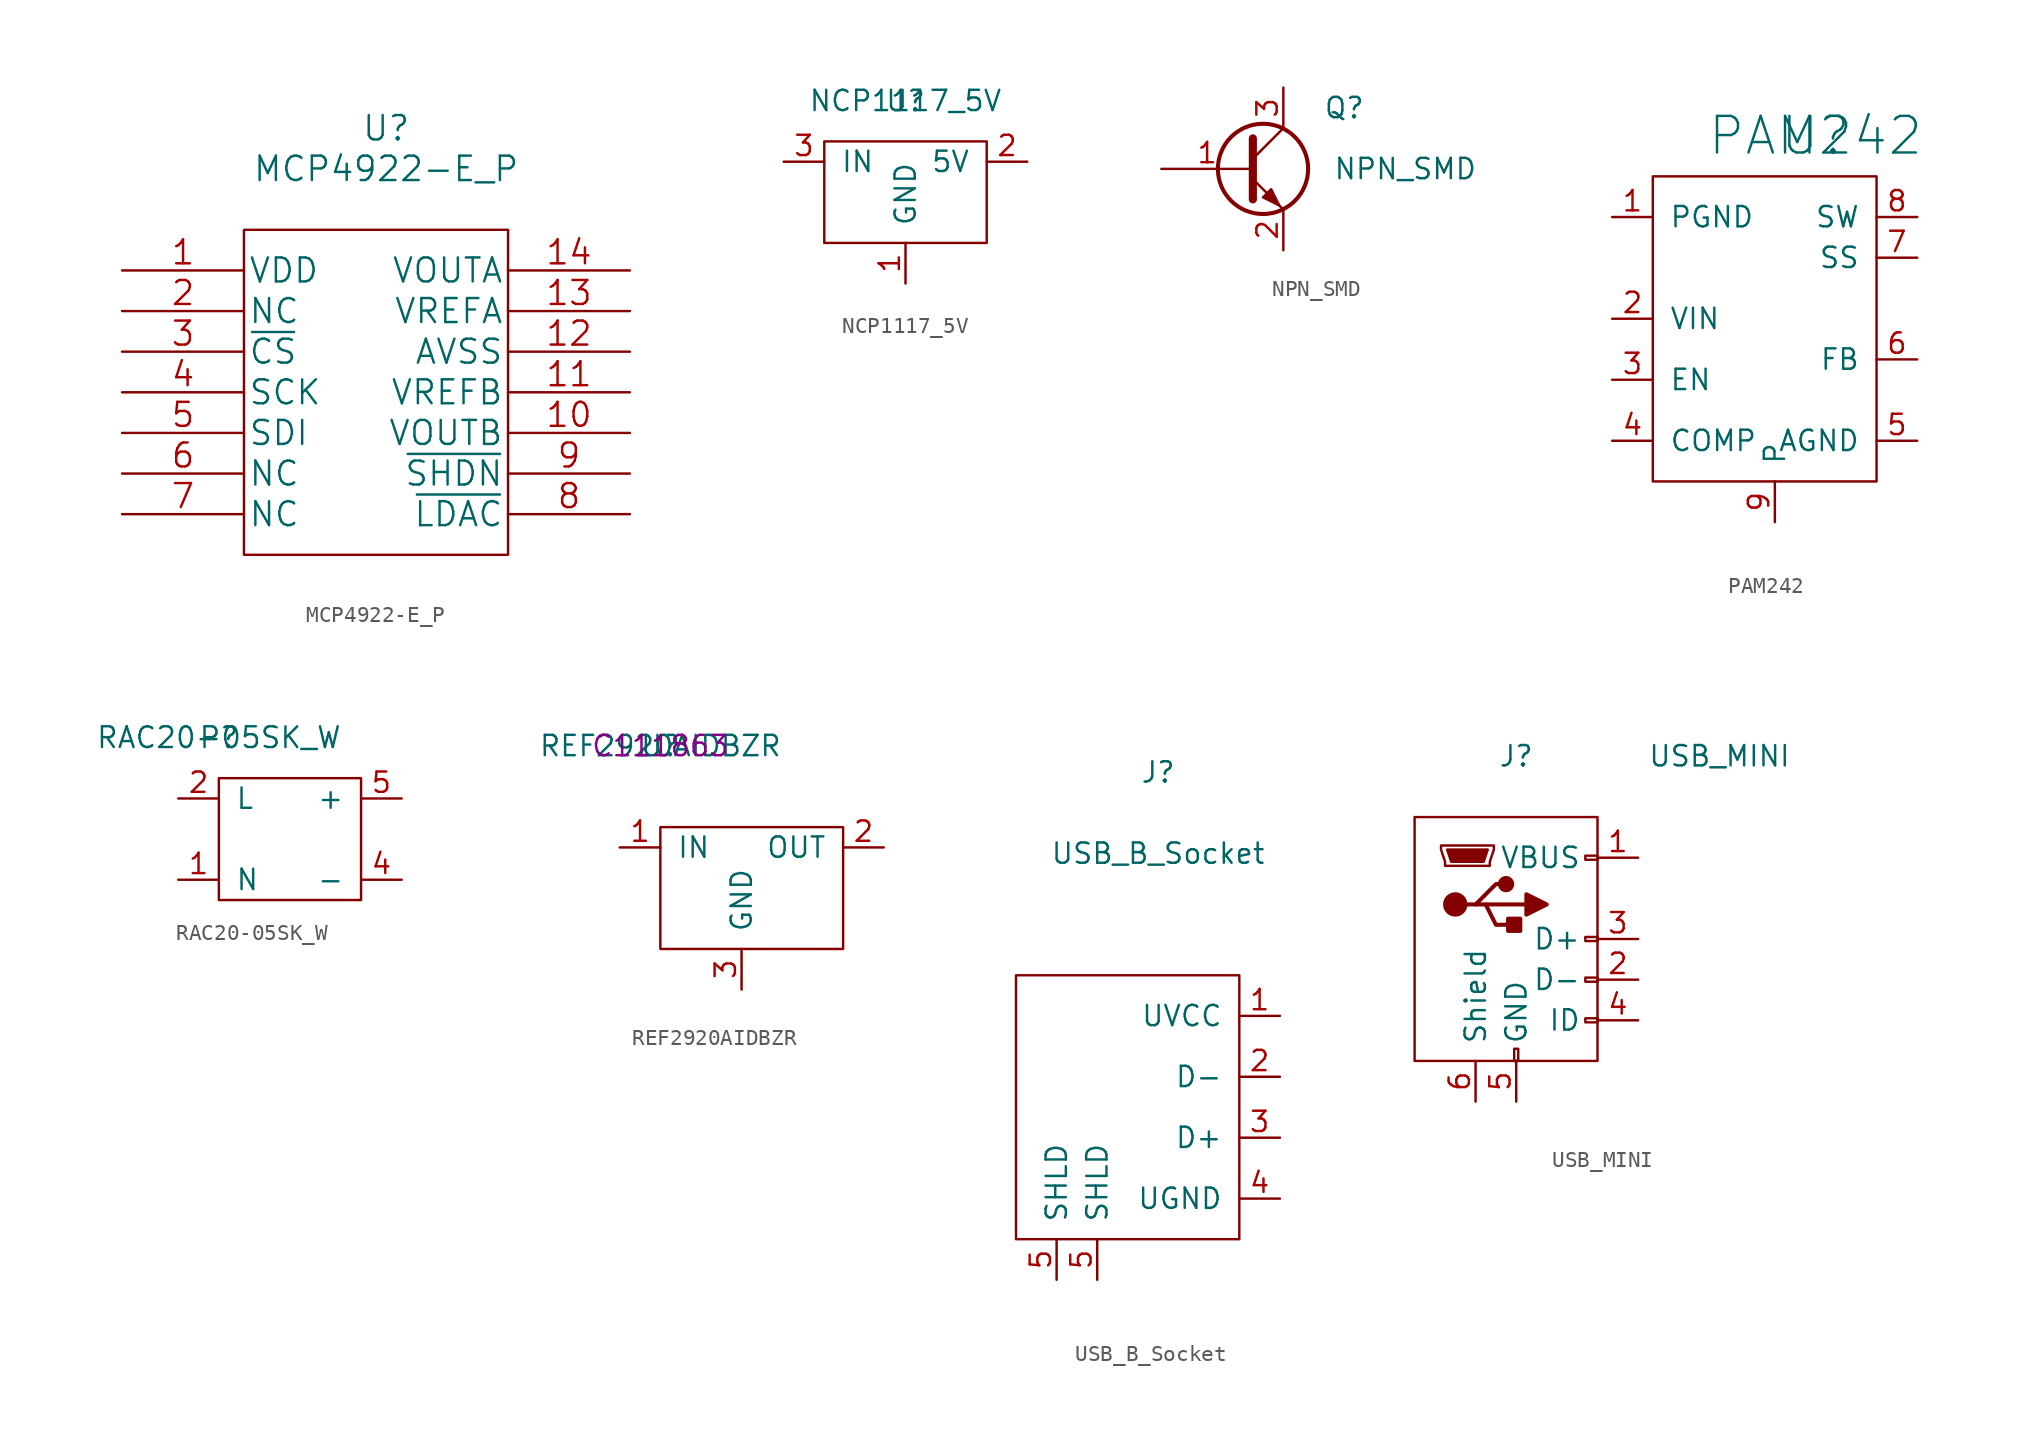
<source format=kicad_sym>
(kicad_symbol_lib
  (version 20211014)
  (generator kicad_symbol_editor)
  (symbol "MCP4922-E_P"
    (pin_names
      (offset 0.254))
    (property "Reference" "U"
      (at 16.51 8.89 0)
      (effects (font (size 1.524 1.524))))
    (property "Value" "MCP4922-E_P"
      (at 16.51 6.35 0)
      (effects (font (size 1.524 1.524))))
    (property "Datasheet" ""
      (at 0 0 0)
      (effects (font (size 1.524 1.524))))
    (symbol "MCP4922-E_P_1_1"
      (rectangle (start 7.62 2.54) (end 24.13 -17.78) (stroke (width 0) (type default) (color 0 0 0 0)) (fill (type none)))
      (pin power_in line (at 0 0 0) (length 7.62) (name "VDD" (effects (font (size 1.499 1.499)))) (number "1" (effects (font (size 1.499 1.499)))))
      (pin power_out line (at 31.75 -10.16 180) (length 7.62) (name "VOUTB" (effects (font (size 1.499 1.499)))) (number "10" (effects (font (size 1.499 1.499)))))
      (pin power_in line (at 31.75 -7.62 180) (length 7.62) (name "VREFB" (effects (font (size 1.499 1.499)))) (number "11" (effects (font (size 1.499 1.499)))))
      (pin power_in line (at 31.75 -5.08 180) (length 7.62) (name "AVSS" (effects (font (size 1.499 1.499)))) (number "12" (effects (font (size 1.499 1.499)))))
      (pin power_in line (at 31.75 -2.54 180) (length 7.62) (name "VREFA" (effects (font (size 1.499 1.499)))) (number "13" (effects (font (size 1.499 1.499)))))
      (pin power_out line (at 31.75 0 180) (length 7.62) (name "VOUTA" (effects (font (size 1.499 1.499)))) (number "14" (effects (font (size 1.499 1.499)))))
      (pin unspecified line (at 0 -2.54 0) (length 7.62) (name "NC" (effects (font (size 1.499 1.499)))) (number "2" (effects (font (size 1.499 1.499)))))
      (pin bidirectional line (at 0 -5.08 0) (length 7.62) (name "~{CS}" (effects (font (size 1.499 1.499)))) (number "3" (effects (font (size 1.499 1.499)))))
      (pin bidirectional line (at 0 -7.62 0) (length 7.62) (name "SCK" (effects (font (size 1.499 1.499)))) (number "4" (effects (font (size 1.499 1.499)))))
      (pin bidirectional line (at 0 -10.16 0) (length 7.62) (name "SDI" (effects (font (size 1.499 1.499)))) (number "5" (effects (font (size 1.499 1.499)))))
      (pin unspecified line (at 0 -12.7 0) (length 7.62) (name "NC" (effects (font (size 1.499 1.499)))) (number "6" (effects (font (size 1.499 1.499)))))
      (pin unspecified line (at 0 -15.24 0) (length 7.62) (name "NC" (effects (font (size 1.499 1.499)))) (number "7" (effects (font (size 1.499 1.499)))))
      (pin passive line (at 31.75 -15.24 180) (length 7.62) (name "~{LDAC}" (effects (font (size 1.499 1.499)))) (number "8" (effects (font (size 1.499 1.499)))))
      (pin power_in line (at 31.75 -12.7 180) (length 7.62) (name "~{SHDN}" (effects (font (size 1.499 1.499)))) (number "9" (effects (font (size 1.499 1.499)))))))
  (symbol "NCP1117_5V"
    (pin_names
      (offset 1.016))
    (property "Reference" "U"
      (at 0 0 0)
      (effects (font (size 1.27 1.27))))
    (property "Value" "NCP1117_5V"
      (at 0 0 0)
      (effects (font (size 1.27 1.27))))
    (symbol "NCP1117_5V_0_1"
      (rectangle (start -5.08 -2.54) (end 5.08 -8.89) (stroke (width 0) (type default) (color 0 0 0 0)) (fill (type none))))
    (symbol "NCP1117_5V_1_1"
      (pin power_in line (at 0 -11.43 90) (length 2.54) (name "GND" (effects (font (size 1.27 1.27)))) (number "1" (effects (font (size 1.27 1.27)))))
      (pin power_out line (at 7.62 -3.81 180) (length 2.54) (name "5V" (effects (font (size 1.27 1.27)))) (number "2" (effects (font (size 1.27 1.27)))))
      (pin power_in line (at -7.62 -3.81 0) (length 2.54) (name "IN" (effects (font (size 1.27 1.27)))) (number "3" (effects (font (size 1.27 1.27)))))))
  (symbol "NPN_SMD"
    (pin_names
      (offset 1.016))
    (property "Reference" "Q"
      (at 3.81 -7.62 0)
      (effects (font (size 1.27 1.27))))
    (property "Value" "NPN_SMD"
      (at 7.62 -11.43 0)
      (effects (font (size 1.27 1.27))))
    (symbol "NPN_SMD_1_1"
      (circle (center -1.27 -11.43) (radius 2.819) (stroke (width 0.254) (type default) (color 0 0 0 0)) (fill (type none)))
      (polyline (pts (xy -1.905 -10.795) (xy 0 -8.89)) (stroke (width 0) (type default) (color 0 0 0 0)) (fill (type none)))
      (polyline (pts (xy -1.905 -12.065) (xy 0 -13.97) (xy 0 -13.97)) (stroke (width 0) (type default) (color 0 0 0 0)) (fill (type none)))
      (polyline (pts (xy -1.905 -9.525) (xy -1.905 -13.335) (xy -1.905 -13.335)) (stroke (width 0.508) (type default) (color 0 0 0 0)) (fill (type none)))
      (polyline (pts (xy -1.27 -13.208) (xy -0.762 -12.7) (xy -0.254 -13.716) (xy -1.27 -13.208) (xy -1.27 -13.208)) (stroke (width 0) (type default) (color 0 0 0 0)) (fill (type outline)))
      (pin input line (at -7.62 -11.43 0) (length 5.715) (name "~" (effects (font (size 1.27 1.27)))) (number "1" (effects (font (size 1.27 1.27)))))
      (pin passive line (at 0 -16.51 90) (length 2.54) (name "~" (effects (font (size 1.27 1.27)))) (number "2" (effects (font (size 1.27 1.27)))))
      (pin passive line (at 0 -6.35 270) (length 2.54) (name "~" (effects (font (size 1.27 1.27)))) (number "3" (effects (font (size 1.27 1.27)))))))
  (symbol "PAM242"
    (pin_names
      (offset 1.016))
    (property "Reference" "U"
      (at 0 0 0)
      (effects (font (size 2.286 2.286))))
    (property "Value" "PAM242"
      (at 0 0 0)
      (effects (font (size 2.286 2.286))))
    (symbol "PAM242_0_1"
      (rectangle (start -10.16 -2.54) (end 3.81 -21.59) (stroke (width 0) (type default) (color 0 0 0 0)) (fill (type none))))
    (symbol "PAM242_1_1"
      (pin input line (at -12.7 -5.08 0) (length 2.54) (name "PGND" (effects (font (size 1.27 1.27)))) (number "1" (effects (font (size 1.27 1.27)))))
      (pin input line (at -12.7 -11.43 0) (length 2.54) (name "VIN" (effects (font (size 1.27 1.27)))) (number "2" (effects (font (size 1.27 1.27)))))
      (pin input line (at -12.7 -15.24 0) (length 2.54) (name "EN" (effects (font (size 1.27 1.27)))) (number "3" (effects (font (size 1.27 1.27)))))
      (pin input line (at -12.7 -19.05 0) (length 2.54) (name "COMP" (effects (font (size 1.27 1.27)))) (number "4" (effects (font (size 1.27 1.27)))))
      (pin input line (at 6.35 -19.05 180) (length 2.54) (name "AGND" (effects (font (size 1.27 1.27)))) (number "5" (effects (font (size 1.27 1.27)))))
      (pin input line (at 6.35 -13.97 180) (length 2.54) (name "FB" (effects (font (size 1.27 1.27)))) (number "6" (effects (font (size 1.27 1.27)))))
      (pin input line (at 6.35 -7.62 180) (length 2.54) (name "SS" (effects (font (size 1.27 1.27)))) (number "7" (effects (font (size 1.27 1.27)))))
      (pin input line (at 6.35 -5.08 180) (length 2.54) (name "SW" (effects (font (size 1.27 1.27)))) (number "8" (effects (font (size 1.27 1.27)))))
      (pin input line (at -2.54 -24.13 90) (length 2.54) (name "P" (effects (font (size 1.27 1.27)))) (number "9" (effects (font (size 1.27 1.27)))))))
  (symbol "RAC20-05SK_W"
    (pin_names
      (offset 1.016))
    (property "Reference" "P"
      (at 0 0 0)
      (effects (font (size 1.295 1.295))))
    (property "Value" "RAC20-05SK_W"
      (at 0 0 0)
      (effects (font (size 1.295 1.295))))
    (symbol "RAC20-05SK_W_0_1"
      (rectangle (start 0 -2.54) (end 8.89 -10.16) (stroke (width 0) (type default) (color 0 0 0 0)) (fill (type none))))
    (symbol "RAC20-05SK_W_1_1"
      (pin input line (at -2.54 -8.89 0) (length 2.54) (name "N" (effects (font (size 1.27 1.27)))) (number "1" (effects (font (size 1.27 1.27)))))
      (pin input line (at -2.54 -3.81 0) (length 2.54) (name "L" (effects (font (size 1.27 1.27)))) (number "2" (effects (font (size 1.27 1.27)))))
      (pin input line (at 11.43 -8.89 180) (length 2.54) (name "-" (effects (font (size 1.27 1.27)))) (number "4" (effects (font (size 1.27 1.27)))))
      (pin input line (at 11.43 -3.81 180) (length 2.54) (name "+" (effects (font (size 1.27 1.27)))) (number "5" (effects (font (size 1.27 1.27)))))))
  (symbol "REF2920AIDBZR"
    (pin_names
      (offset 1.016))
    (property "Reference" "U"
      (at 0 0 0)
      (effects (font (size 1.27 1.27))))
    (property "Value" "REF2920AIDBZR"
      (at 0 0 0)
      (effects (font (size 1.27 1.27))))
    (property "LCSC" "C111863"
      (at 0 0 0)
      (effects (font (size 1.27 1.27))))
    (symbol "REF2920AIDBZR_0_1"
      (rectangle (start 0 -5.08) (end 11.43 -12.7) (stroke (width 0) (type default) (color 0 0 0 0)) (fill (type none))))
    (symbol "REF2920AIDBZR_1_1"
      (pin input line (at -2.54 -6.35 0) (length 2.54) (name "IN" (effects (font (size 1.27 1.27)))) (number "1" (effects (font (size 1.27 1.27)))))
      (pin input line (at 13.97 -6.35 180) (length 2.54) (name "OUT" (effects (font (size 1.27 1.27)))) (number "2" (effects (font (size 1.27 1.27)))))
      (pin input line (at 5.08 -15.24 90) (length 2.54) (name "GND" (effects (font (size 1.27 1.27)))) (number "3" (effects (font (size 1.27 1.27)))))))
  (symbol "USB_B_Socket"
    (pin_names
      (offset 1.016))
    (property "Reference" "J"
      (at 0 15.24 0)
      (effects (font (size 1.27 1.27))))
    (property "Value" "USB_B_Socket"
      (at 0 10.16 0)
      (effects (font (size 1.27 1.27))))
    (symbol "USB_B_Socket_0_1"
      (rectangle (start -8.89 2.54) (end 5.08 -13.97) (stroke (width 0) (type default) (color 0 0 0 0)) (fill (type none))))
    (symbol "USB_B_Socket_1_1"
      (pin input line (at 7.62 0 180) (length 2.54) (name "UVCC" (effects (font (size 1.27 1.27)))) (number "1" (effects (font (size 1.27 1.27)))))
      (pin input line (at 7.62 -3.81 180) (length 2.54) (name "D-" (effects (font (size 1.27 1.27)))) (number "2" (effects (font (size 1.27 1.27)))))
      (pin input line (at 7.62 -7.62 180) (length 2.54) (name "D+" (effects (font (size 1.27 1.27)))) (number "3" (effects (font (size 1.27 1.27)))))
      (pin input line (at 7.62 -11.43 180) (length 2.54) (name "UGND" (effects (font (size 1.27 1.27)))) (number "4" (effects (font (size 1.27 1.27)))))
      (pin input line (at -6.35 -16.51 90) (length 2.54) (name "SHLD" (effects (font (size 1.27 1.27)))) (number "5" (effects (font (size 1.27 1.27)))))
      (pin input line (at -3.81 -16.51 90) (length 2.54) (name "SHLD" (effects (font (size 1.27 1.27)))) (number "5" (effects (font (size 1.27 1.27)))))))
  (symbol "USB_MINI"
    (pin_names
      (offset 1.016))
    (property "Reference" "J"
      (at 0 0 0)
      (effects (font (size 1.27 1.27))))
    (property "Value" "USB_MINI"
      (at 12.7 0 0)
      (effects (font (size 1.27 1.27))))
    (symbol "USB_MINI_0_1"
      (rectangle (start -6.35 -3.81) (end 5.08 -19.05) (stroke (width 0) (type default) (color 0 0 0 0)) (fill (type none))))
    (symbol "USB_MINI_1_1"
      (circle (center -3.81 -9.271) (radius 0.635) (stroke (width 0.254) (type default) (color 0 0 0 0)) (fill (type outline)))
      (circle (center -0.635 -8.001) (radius 0.381) (stroke (width 0.254) (type default) (color 0 0 0 0)) (fill (type outline)))
      (rectangle (start -0.127 -19.05) (end 0.127 -18.288) (stroke (width 0) (type default) (color 0 0 0 0)) (fill (type none)))
      (polyline (pts (xy -1.905 -9.271) (xy 0.635 -9.271)) (stroke (width 0.254) (type default) (color 0 0 0 0)) (fill (type none)))
      (polyline (pts (xy -3.175 -9.271) (xy -2.54 -9.271) (xy -1.27 -8.001) (xy -0.635 -8.001)) (stroke (width 0.254) (type default) (color 0 0 0 0)) (fill (type none)))
      (polyline (pts (xy -2.54 -9.271) (xy -1.905 -9.271) (xy -1.27 -10.541) (xy 0 -10.541)) (stroke (width 0.254) (type default) (color 0 0 0 0)) (fill (type none)))
      (polyline (pts (xy 0.635 -8.636) (xy 0.635 -9.906) (xy 1.905 -9.271) (xy 0.635 -8.636)) (stroke (width 0.254) (type default) (color 0 0 0 0)) (fill (type outline)))
      (polyline (pts (xy -4.318 -5.842) (xy -1.778 -5.842) (xy -2.032 -6.604) (xy -4.064 -6.604) (xy -4.318 -5.842)) (stroke (width 0) (type default) (color 0 0 0 0)) (fill (type outline)))
      (polyline (pts (xy -4.699 -5.588) (xy -4.699 -5.842) (xy -4.445 -6.604) (xy -4.445 -6.858) (xy -1.651 -6.858) (xy -1.651 -6.604) (xy -1.397 -5.842) (xy -1.397 -5.588) (xy -4.699 -5.588)) (stroke (width 0) (type default) (color 0 0 0 0)) (fill (type none)))
      (rectangle (start 0.254 -10.16) (end -0.508 -10.922) (stroke (width 0.254) (type default) (color 0 0 0 0)) (fill (type outline)))
      (rectangle (start 5.08 -16.637) (end 4.318 -16.383) (stroke (width 0) (type default) (color 0 0 0 0)) (fill (type none)))
      (rectangle (start 5.08 -14.097) (end 4.318 -13.843) (stroke (width 0) (type default) (color 0 0 0 0)) (fill (type none)))
      (rectangle (start 5.08 -11.557) (end 4.318 -11.303) (stroke (width 0) (type default) (color 0 0 0 0)) (fill (type none)))
      (rectangle (start 5.08 -6.477) (end 4.318 -6.223) (stroke (width 0) (type default) (color 0 0 0 0)) (fill (type none)))
      (pin power_out line (at 7.62 -6.35 180) (length 2.54) (name "VBUS" (effects (font (size 1.27 1.27)))) (number "1" (effects (font (size 1.27 1.27)))))
      (pin passive line (at 7.62 -13.97 180) (length 2.54) (name "D-" (effects (font (size 1.27 1.27)))) (number "2" (effects (font (size 1.27 1.27)))))
      (pin passive line (at 7.62 -11.43 180) (length 2.54) (name "D+" (effects (font (size 1.27 1.27)))) (number "3" (effects (font (size 1.27 1.27)))))
      (pin passive line (at 7.62 -16.51 180) (length 2.54) (name "ID" (effects (font (size 1.27 1.27)))) (number "4" (effects (font (size 1.27 1.27)))))
      (pin power_out line (at 0 -21.59 90) (length 2.54) (name "GND" (effects (font (size 1.27 1.27)))) (number "5" (effects (font (size 1.27 1.27)))))
      (pin passive line (at -2.54 -21.59 90) (length 2.54) (name "Shield" (effects (font (size 1.27 1.27)))) (number "6" (effects (font (size 1.27 1.27))))))))
</source>
